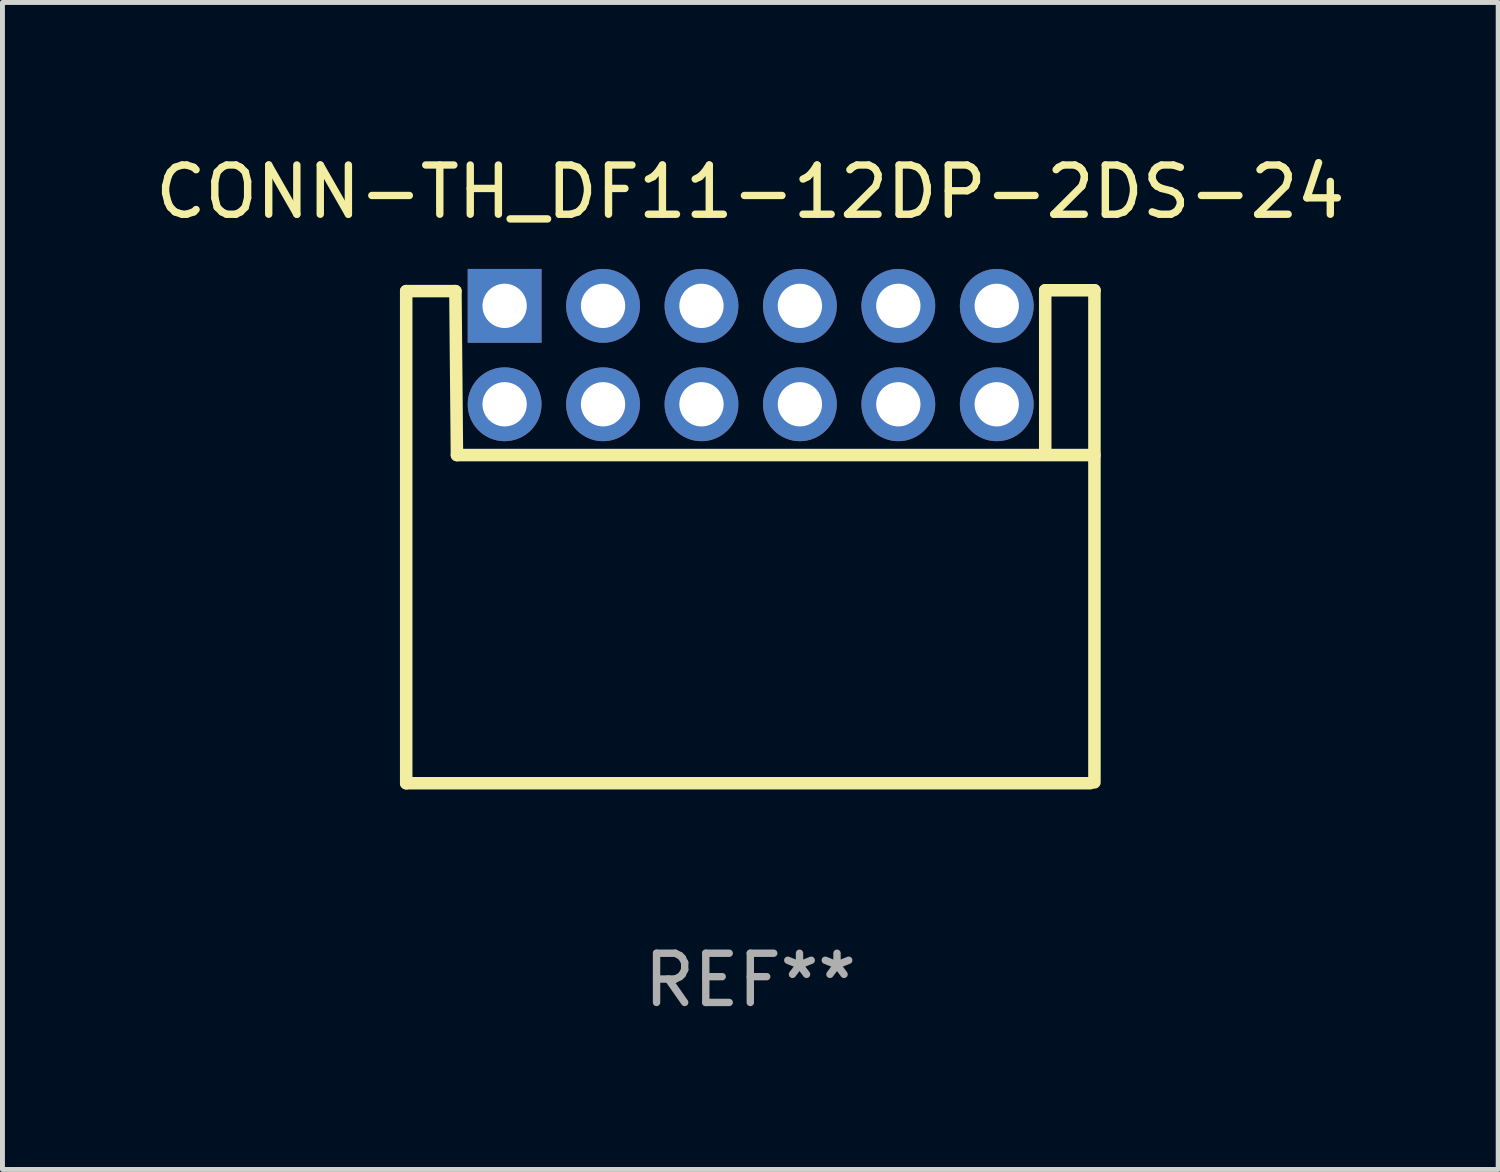
<source format=kicad_pcb>
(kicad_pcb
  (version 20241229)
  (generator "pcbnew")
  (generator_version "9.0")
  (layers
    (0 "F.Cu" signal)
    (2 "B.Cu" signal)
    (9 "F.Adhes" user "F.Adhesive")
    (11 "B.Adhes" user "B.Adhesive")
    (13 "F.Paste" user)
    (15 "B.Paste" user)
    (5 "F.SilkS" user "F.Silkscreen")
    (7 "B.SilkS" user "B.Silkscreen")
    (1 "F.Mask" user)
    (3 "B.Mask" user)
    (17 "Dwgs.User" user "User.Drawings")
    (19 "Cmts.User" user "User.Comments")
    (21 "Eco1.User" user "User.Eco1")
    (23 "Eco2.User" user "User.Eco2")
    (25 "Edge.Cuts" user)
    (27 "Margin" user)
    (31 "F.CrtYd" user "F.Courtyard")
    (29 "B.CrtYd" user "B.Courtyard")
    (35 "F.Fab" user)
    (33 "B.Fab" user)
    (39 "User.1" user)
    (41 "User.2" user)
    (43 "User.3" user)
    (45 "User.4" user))
  (footprint "CONN-TH_DF11-12DP-2DS-24"
    (layer "F.Cu")
    (at 12.204 4.165)
    (property "Reference" "CONN-TH_DF11-12DP-2DS-24" (at -0.008 -3.317 0) (layer "F.SilkS") (effects (font (size 1 1) (thickness 0.15))))
    (attr through_hole)
    (fp_line (start -7 -1.3) (end -6 -1.3) (stroke (width 0.254) (type solid)) (layer "F.SilkS"))
    (fp_line (start -7 8.7) (end -7 -1.3) (stroke (width 0.254) (type solid)) (layer "F.SilkS"))
    (fp_line (start -7 8.7) (end 6.9 8.7) (stroke (width 0.254) (type solid)) (layer "F.SilkS"))
    (fp_line (start -6 -1.3) (end -5.969 2.032) (stroke (width 0.254) (type solid)) (layer "F.SilkS"))
    (fp_line (start -5.969 2.032) (end 6.985 2.032) (stroke (width 0.254) (type solid)) (layer "F.SilkS"))
    (fp_line (start 5.985 -1.317) (end 5.985 1.983) (stroke (width 0.254) (type solid)) (layer "F.SilkS"))
    (fp_line (start 6.985 -1.317) (end 5.985 -1.317) (stroke (width 0.254) (type solid)) (layer "F.SilkS"))
    (fp_line (start 6.985 8.683) (end 6.985 -1.317) (stroke (width 0.254) (type solid)) (layer "F.SilkS"))
    (fp_circle (center -7 -1.3) (end -6.97 -1.3) (stroke (width 0.06) (type solid)) (fill no) (layer "F.SilkS"))
    (fp_text user "REF**" (at -0.008 12.7 0) (layer "F.Fab") (effects (font (size 1 1) (thickness 0.15))))
    (pad "1" thru_hole rect (at -5 -1) (size 1.5 1.5) (drill 0.9) (layers "*.Cu" "*.Mask"))
    (pad "2" thru_hole circle (at -5 1) (size 1.5 1.5) (drill 0.9) (layers "*.Cu" "*.Mask"))
    (pad "3" thru_hole circle (at -3 -1) (size 1.5 1.5) (drill 0.9) (layers "*.Cu" "*.Mask"))
    (pad "4" thru_hole circle (at -3 1) (size 1.5 1.5) (drill 0.9) (layers "*.Cu" "*.Mask"))
    (pad "5" thru_hole circle (at -1 -1) (size 1.5 1.5) (drill 0.9) (layers "*.Cu" "*.Mask"))
    (pad "6" thru_hole circle (at -1 1) (size 1.5 1.5) (drill 0.9) (layers "*.Cu" "*.Mask"))
    (pad "7" thru_hole circle (at 1 -1) (size 1.5 1.5) (drill 0.9) (layers "*.Cu" "*.Mask"))
    (pad "8" thru_hole circle (at 1 1) (size 1.5 1.5) (drill 0.9) (layers "*.Cu" "*.Mask"))
    (pad "9" thru_hole circle (at 3 -1) (size 1.5 1.5) (drill 0.9) (layers "*.Cu" "*.Mask"))
    (pad "10" thru_hole circle (at 3 1) (size 1.5 1.5) (drill 0.9) (layers "*.Cu" "*.Mask"))
    (pad "11" thru_hole circle (at 5 -1) (size 1.5 1.5) (drill 0.9) (layers "*.Cu" "*.Mask"))
    (pad "12" thru_hole circle (at 5 1) (size 1.5 1.5) (drill 0.9) (layers "*.Cu" "*.Mask")))
  (gr_rect
    (start -3 -3)
    (end 27.393 20.714)
    (stroke (width 0.1) (type default))
    (fill no)
    (layer "Edge.Cuts")))
</source>
